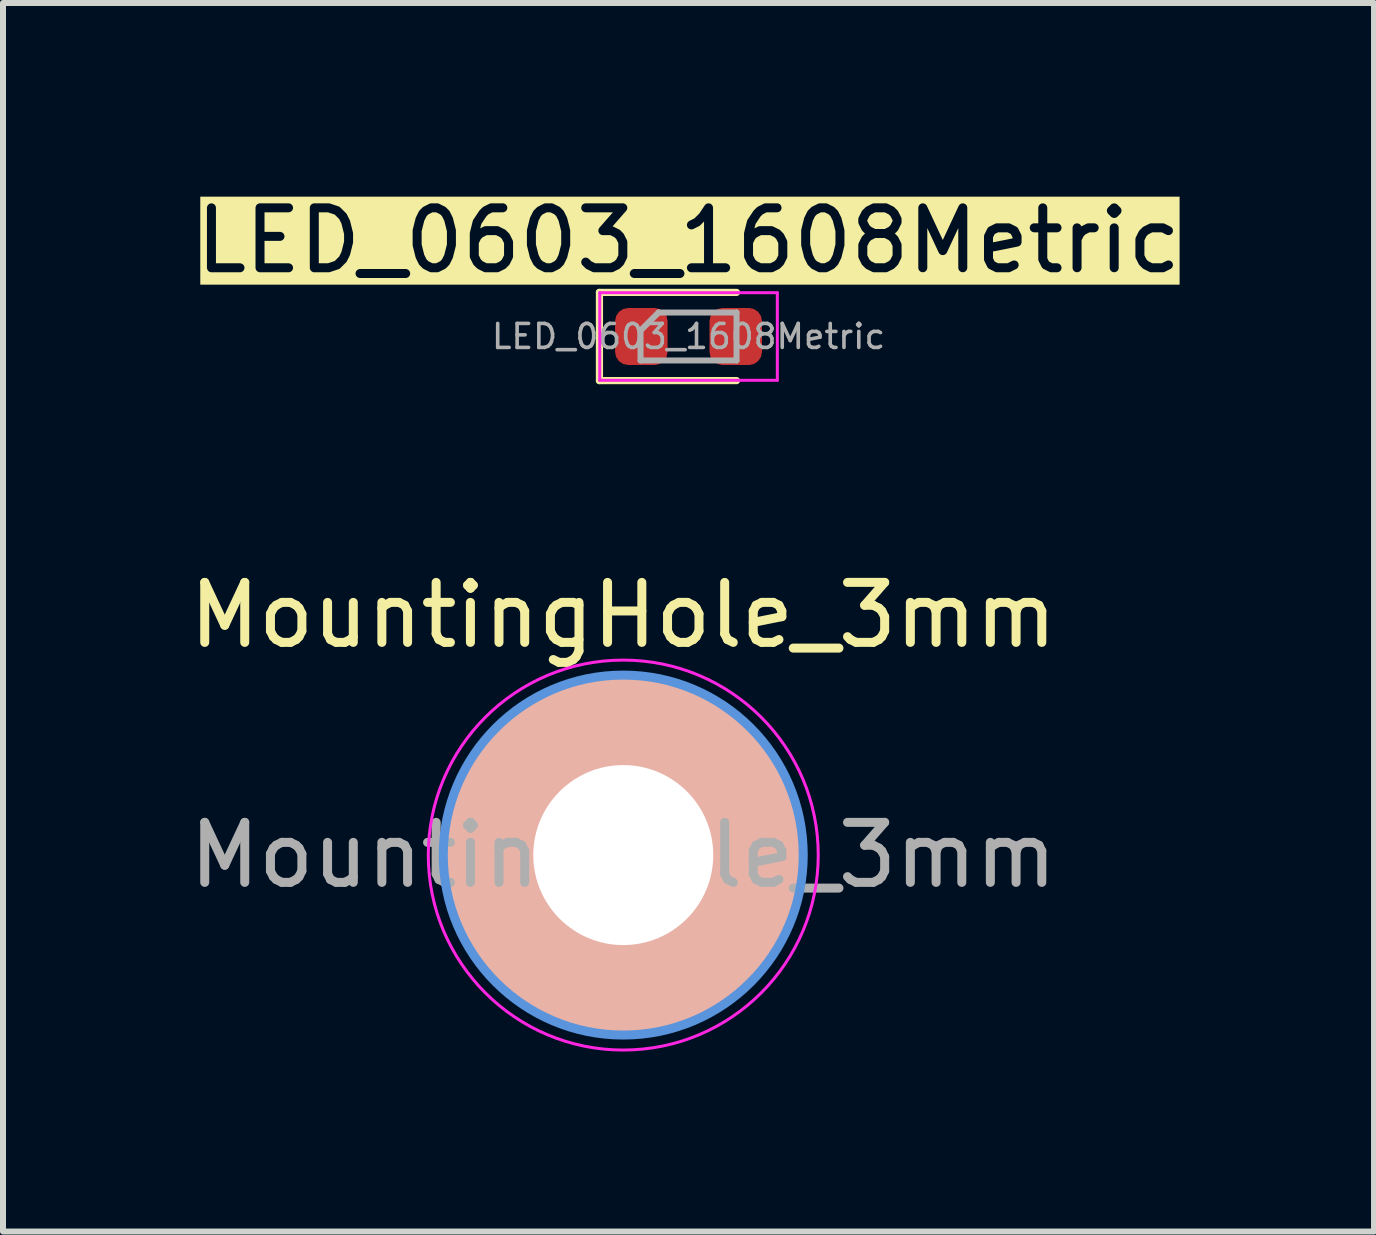
<source format=kicad_pcb>
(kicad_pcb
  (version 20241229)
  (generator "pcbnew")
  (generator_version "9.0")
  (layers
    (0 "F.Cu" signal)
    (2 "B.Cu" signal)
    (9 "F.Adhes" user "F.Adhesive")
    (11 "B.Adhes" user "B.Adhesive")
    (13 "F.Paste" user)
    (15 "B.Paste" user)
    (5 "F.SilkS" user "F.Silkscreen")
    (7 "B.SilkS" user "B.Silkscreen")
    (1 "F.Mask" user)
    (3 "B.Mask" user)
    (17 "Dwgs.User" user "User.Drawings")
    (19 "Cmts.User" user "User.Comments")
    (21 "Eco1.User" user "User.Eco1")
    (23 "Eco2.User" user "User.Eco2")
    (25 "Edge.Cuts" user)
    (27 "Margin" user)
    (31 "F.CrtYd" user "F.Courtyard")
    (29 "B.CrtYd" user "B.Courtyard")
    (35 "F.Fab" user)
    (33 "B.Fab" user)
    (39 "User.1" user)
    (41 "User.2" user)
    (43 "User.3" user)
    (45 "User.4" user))
  (footprint "LED_0603_1608Metric"
    (layer "F.Cu")
    (at 8.427 2.559)
    (property "Reference" "LED_0603_1608Metric" (at 0 -1.6 180) (layer "F.SilkS" knockout) (effects (font (size 1 1) (thickness 0.15))))
    (attr smd)
    (fp_line (start -1.485 -0.735) (end -1.485 0.735) (stroke (width 0.12) (type solid)) (layer "F.SilkS"))
    (fp_line (start -1.485 0.735) (end 0.8 0.735) (stroke (width 0.12) (type solid)) (layer "F.SilkS"))
    (fp_line (start 0.8 -0.735) (end -1.485 -0.735) (stroke (width 0.12) (type solid)) (layer "F.SilkS"))
    (fp_line (start -1.48 -0.73) (end 1.48 -0.73) (stroke (width 0.05) (type solid)) (layer "F.CrtYd"))
    (fp_line (start -1.48 0.73) (end -1.48 -0.73) (stroke (width 0.05) (type solid)) (layer "F.CrtYd"))
    (fp_line (start 1.48 -0.73) (end 1.48 0.73) (stroke (width 0.05) (type solid)) (layer "F.CrtYd"))
    (fp_line (start 1.48 0.73) (end -1.48 0.73) (stroke (width 0.05) (type solid)) (layer "F.CrtYd"))
    (fp_line (start -0.8 -0.1) (end -0.8 0.4) (stroke (width 0.1) (type solid)) (layer "F.Fab"))
    (fp_line (start -0.8 0.4) (end 0.8 0.4) (stroke (width 0.1) (type solid)) (layer "F.Fab"))
    (fp_line (start -0.5 -0.4) (end -0.8 -0.1) (stroke (width 0.1) (type solid)) (layer "F.Fab"))
    (fp_line (start 0.8 -0.4) (end -0.5 -0.4) (stroke (width 0.1) (type solid)) (layer "F.Fab"))
    (fp_line (start 0.8 0.4) (end 0.8 -0.4) (stroke (width 0.1) (type solid)) (layer "F.Fab"))
    (fp_text user "${REFERENCE}" (at 0 0 180) (layer "F.Fab") (effects (font (size 0.4 0.4) (thickness 0.06))))
    (pad "1" smd roundrect (at -0.787 0) (size 0.875 0.95) (layers "F.Cu" "F.Mask" "F.Paste") (roundrect_rratio 0.25))
    (pad "2" smd roundrect (at 0.787 0) (size 0.875 0.95) (layers "F.Cu" "F.Mask" "F.Paste") (roundrect_rratio 0.25)))
  (footprint "MountingHole_3mm"
    (layer "F.Cu")
    (at 7.339 11.203)
    (property "Reference" "MountingHole_3mm" (at 0 -4 0) (layer "F.SilkS") (effects (font (size 1 1) (thickness 0.15))))
    (attr exclude_from_pos_files exclude_from_bom)
    (fp_circle (center 0 0) (end 2 0) (stroke (width 2) (type default)) (fill no) (layer "F.SilkS"))
    (fp_circle (center 0 0) (end 2 0) (stroke (width 2) (type default)) (fill no) (layer "B.SilkS"))
    (fp_circle (center 0 0) (end 3 0) (stroke (width 0.15) (type solid)) (fill no) (layer "Cmts.User"))
    (fp_circle (center 0 0) (end 3.25 0) (stroke (width 0.05) (type solid)) (fill no) (layer "F.CrtYd"))
    (fp_text user "${REFERENCE}" (at 0 0 0) (layer "F.Fab") (effects (font (size 1 1) (thickness 0.15))))
    (pad "" np_thru_hole circle (at 0 0 180) (size 3 3) (drill 3) (layers "*.Cu" "*.Mask")))
  (gr_rect
    (start -3 -3)
    (end 19.853 17.478)
    (stroke (width 0.1) (type default))
    (fill no)
    (layer "Edge.Cuts")))
</source>
